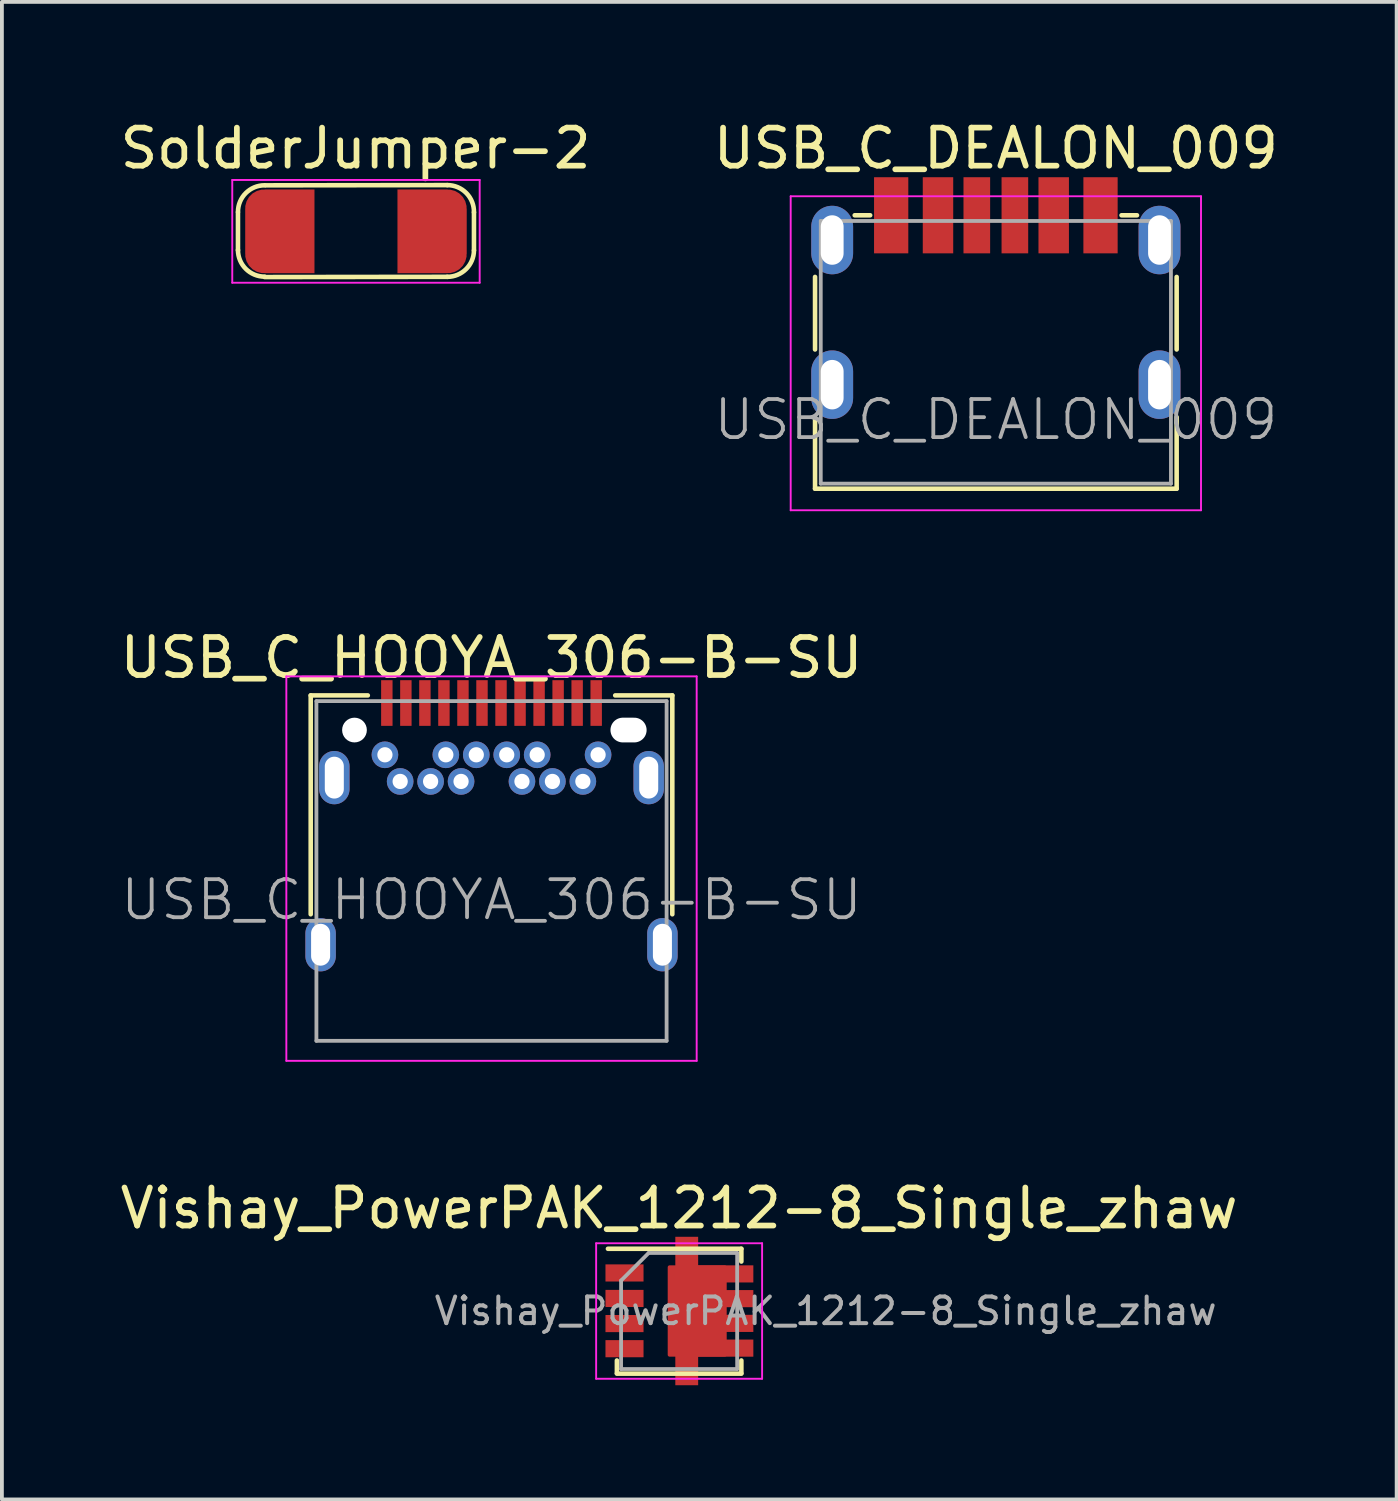
<source format=kicad_pcb>
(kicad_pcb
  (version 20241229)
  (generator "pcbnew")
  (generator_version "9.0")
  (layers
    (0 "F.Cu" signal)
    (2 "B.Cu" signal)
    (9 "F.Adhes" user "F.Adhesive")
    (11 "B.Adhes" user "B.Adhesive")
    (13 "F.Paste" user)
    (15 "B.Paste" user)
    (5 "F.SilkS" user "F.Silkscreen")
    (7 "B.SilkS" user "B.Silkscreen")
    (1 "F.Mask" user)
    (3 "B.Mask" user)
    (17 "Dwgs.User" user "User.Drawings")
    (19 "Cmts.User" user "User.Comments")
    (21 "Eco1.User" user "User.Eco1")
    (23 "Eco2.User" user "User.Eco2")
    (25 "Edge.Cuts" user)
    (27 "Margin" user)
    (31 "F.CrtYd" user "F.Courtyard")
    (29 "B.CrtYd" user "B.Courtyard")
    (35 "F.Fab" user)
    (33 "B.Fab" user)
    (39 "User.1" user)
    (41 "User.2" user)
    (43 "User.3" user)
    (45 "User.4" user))
  (footprint "USB_C_DEALON_009"
    (layer "F.Cu")
    (at 23.113 2.956)
    (property "Reference" "USB_C_DEALON_009" (at 0 -2.108 0) (layer "F.SilkS") (effects (font (size 1 1) (thickness 0.15))))
    (attr smd)
    (fp_line (start -4.75 1.27) (end -4.75 3.175) (stroke (width 0.12) (type solid)) (layer "F.SilkS"))
    (fp_line (start -4.75 4.953) (end -4.75 6.833) (stroke (width 0.12) (type solid)) (layer "F.SilkS"))
    (fp_line (start -4.75 6.833) (end 4.75 6.833) (stroke (width 0.12) (type solid)) (layer "F.SilkS"))
    (fp_line (start -3.708 -0.35) (end -3.302 -0.35) (stroke (width 0.12) (type solid)) (layer "F.SilkS"))
    (fp_line (start 3.302 -0.35) (end 3.708 -0.35) (stroke (width 0.12) (type solid)) (layer "F.SilkS"))
    (fp_line (start 4.75 4.953) (end 4.75 6.833) (stroke (width 0.12) (type solid)) (layer "F.SilkS"))
    (fp_line (start 4.75 1.27) (end 4.75 3.175) (stroke (width 0.12) (type solid)) (layer "F.SilkS"))
    (fp_line (start -5.39 -0.85) (end 5.39 -0.85) (stroke (width 0.05) (type solid)) (layer "F.CrtYd"))
    (fp_line (start -5.39 7.4) (end -5.39 -0.85) (stroke (width 0.05) (type solid)) (layer "F.CrtYd"))
    (fp_line (start 5.39 -0.85) (end 5.39 7.4) (stroke (width 0.05) (type solid)) (layer "F.CrtYd"))
    (fp_line (start 5.39 7.4) (end -5.39 7.4) (stroke (width 0.05) (type solid)) (layer "F.CrtYd"))
    (fp_line (start -4.6 -0.2) (end 4.6 -0.2) (stroke (width 0.1) (type solid)) (layer "F.Fab"))
    (fp_line (start -4.6 6.7) (end -4.6 -0.2) (stroke (width 0.1) (type solid)) (layer "F.Fab"))
    (fp_line (start -4.6 6.7) (end 4.6 6.7) (stroke (width 0.1) (type solid)) (layer "F.Fab"))
    (fp_line (start 4.6 6.7) (end 4.6 -0.2) (stroke (width 0.1) (type solid)) (layer "F.Fab"))
    (fp_text user "${REFERENCE}" (at 0 5.02 0) (layer "F.Fab") (effects (font (size 1 1) (thickness 0.1))))
    (pad "A5" smd rect (at -0.5 0) (size 0.7 2) (drill (offset 0 -0.35)) (layers "F.Cu" "F.Mask" "F.Paste"))
    (pad "A9" smd rect (at 1.52 0) (size 0.8 2) (drill (offset 0 -0.35)) (layers "F.Cu" "F.Mask" "F.Paste"))
    (pad "A12" smd rect (at 2.75 0) (size 0.9 2) (drill (offset 0 -0.35)) (layers "F.Cu" "F.Mask" "F.Paste"))
    (pad "B5" smd rect (at 0.5 0) (size 0.7 2) (drill (offset 0 -0.35)) (layers "F.Cu" "F.Mask" "F.Paste"))
    (pad "B9" smd rect (at -1.52 0) (size 0.8 2) (drill (offset 0 -0.35)) (layers "F.Cu" "F.Mask" "F.Paste"))
    (pad "B12" smd rect (at -2.75 0) (size 0.9 2) (drill (offset 0 -0.35)) (layers "F.Cu" "F.Mask" "F.Paste"))
    (pad "S1" thru_hole oval (at -4.3 0.3) (size 1.1 1.8) (drill oval 0.6 1.3) (property pad_prop_heatsink) (layers "*.Cu" "*.Mask"))
    (pad "S1" thru_hole oval (at -4.3 4.1) (size 1.1 1.8) (drill oval 0.6 1.3) (property pad_prop_heatsink) (layers "*.Cu" "*.Mask"))
    (pad "S1" thru_hole oval (at 4.3 0.3) (size 1.1 1.8) (drill oval 0.6 1.3) (property pad_prop_heatsink) (layers "*.Cu" "*.Mask"))
    (pad "S1" thru_hole oval (at 4.3 4.1) (size 1.1 1.8) (drill oval 0.6 1.3) (property pad_prop_heatsink) (layers "*.Cu" "*.Mask")))
  (footprint "Vishay_PowerPAK_1212-8_Single_zhaw"
    (layer "F.Cu")
    (at 14.792 31.393)
    (property "Reference" "Vishay_PowerPAK_1212-8_Single_zhaw" (at 0 -2.7 0) (layer "F.SilkS") (effects (font (size 1 1) (thickness 0.15))))
    (attr smd)
    (fp_poly (pts (xy -0.25 1.15) (xy -0.25 -1.15) (xy 1.2 -1.15) (xy 1.2 1.15)) (stroke (width 0.1) (type solid)) (fill yes) (layer "F.Cu"))
    (fp_poly (pts (xy -0.25 1.15) (xy -0.25 -1.15) (xy 1.2 -1.15) (xy 1.2 1.15)) (stroke (width 0.1) (type solid)) (fill yes) (layer "F.Mask"))
    (fp_line (start -1.87 -1.635) (end 1.635 -1.635) (stroke (width 0.12) (type solid)) (layer "F.SilkS"))
    (fp_line (start -1.635 1.3) (end -1.635 1.635) (stroke (width 0.12) (type solid)) (layer "F.SilkS"))
    (fp_line (start -1.635 1.645) (end 1.635 1.645) (stroke (width 0.12) (type solid)) (layer "F.SilkS"))
    (fp_line (start 1.635 -1.635) (end 1.635 -1.3) (stroke (width 0.12) (type solid)) (layer "F.SilkS"))
    (fp_line (start 1.635 1.3) (end 1.635 1.635) (stroke (width 0.12) (type solid)) (layer "F.SilkS"))
    (fp_poly (pts (xy -0.15 -0.4) (xy -0.15 -0.9) (xy 0.25 -0.9) (xy 0.25 -0.4)) (stroke (width 0.1) (type solid)) (fill yes) (layer "F.Paste"))
    (fp_poly (pts (xy -0.15 0.9) (xy -0.15 0.4) (xy 0.25 0.4) (xy 0.25 0.9)) (stroke (width 0.1) (type solid)) (fill yes) (layer "F.Paste"))
    (fp_line (start -2.18 -1.78) (end -2.18 1.78) (stroke (width 0.05) (type solid)) (layer "F.CrtYd"))
    (fp_line (start -2.18 -1.78) (end 2.18 -1.78) (stroke (width 0.05) (type solid)) (layer "F.CrtYd"))
    (fp_line (start -2.18 1.78) (end 2.18 1.78) (stroke (width 0.05) (type solid)) (layer "F.CrtYd"))
    (fp_line (start 2.18 -1.78) (end 2.18 1.78) (stroke (width 0.05) (type solid)) (layer "F.CrtYd"))
    (fp_line (start -1.525 -0.8) (end -1.525 1.525) (stroke (width 0.1) (type solid)) (layer "F.Fab"))
    (fp_line (start -1.525 -0.8) (end -0.8 -1.525) (stroke (width 0.1) (type solid)) (layer "F.Fab"))
    (fp_line (start -1.525 1.525) (end 1.525 1.525) (stroke (width 0.1) (type solid)) (layer "F.Fab"))
    (fp_line (start -0.8 -1.525) (end 1.525 -1.525) (stroke (width 0.1) (type solid)) (layer "F.Fab"))
    (fp_line (start 1.525 -1.525) (end 1.525 1.525) (stroke (width 0.1) (type solid)) (layer "F.Fab"))
    (fp_text user "${REFERENCE}" (at 3.85 0 0) (layer "F.Fab") (effects (font (size 0.7 0.7) (thickness 0.105))))
    (pad "1" smd rect (at -1.435 -1) (size 1 0.45) (layers "F.Cu" "F.Mask" "F.Paste"))
    (pad "2" smd rect (at -1.435 -0.33) (size 1 0.45) (layers "F.Cu" "F.Mask" "F.Paste"))
    (pad "3" smd rect (at -1.435 0.33) (size 1 0.45) (layers "F.Cu" "F.Mask" "F.Paste"))
    (pad "4" smd rect (at -1.435 0.99) (size 1 0.45) (layers "F.Cu" "F.Mask" "F.Paste"))
    (pad "5" smd rect (at 0.2 1.55 270) (size 0.8 0.6) (layers "F.Cu" "F.Mask" "F.Paste"))
    (pad "5" smd rect (at 1.15 0.975 270) (size 0.45 1.6) (layers "F.Cu" "F.Mask" "F.Paste"))
    (pad "6" smd rect (at 1.15 0.325 270) (size 0.45 1.6) (layers "F.Cu" "F.Mask" "F.Paste"))
    (pad "7" smd rect (at 1.15 -0.325 270) (size 0.45 1.6) (layers "F.Cu" "F.Mask" "F.Paste"))
    (pad "8" smd rect (at 0.2 -1.55 270) (size 0.8 0.6) (layers "F.Cu" "F.Mask" "F.Paste"))
    (pad "8" smd rect (at 1.15 -0.975 270) (size 0.45 1.6) (layers "F.Cu" "F.Mask" "F.Paste")))
  (footprint "SolderJumper-2"
    (layer "F.Cu")
    (at 6.302 3.028)
    (property "Reference" "SolderJumper-2" (at -0.01 -2.18 0) (layer "F.SilkS") (effects (font (size 1 1) (thickness 0.15))))
    (attr exclude_from_pos_files exclude_from_bom allow_soldermask_bridges)
    (fp_rect (start -1.09 -1.1) (end 1.09 1.1) (stroke (width 0) (type default)) (fill yes) (layer "F.Mask"))
    (fp_line (start -3.1 0.5) (end -3.1 -0.5) (stroke (width 0.12) (type solid)) (layer "F.SilkS"))
    (fp_line (start -2.37 -1.209) (end 2.4 -1.215) (stroke (width 0.12) (type solid)) (layer "F.SilkS"))
    (fp_line (start 2.4 1.195) (end -2.4 1.201) (stroke (width 0.12) (type solid)) (layer "F.SilkS"))
    (fp_line (start 3.1 -0.5) (end 3.1 0.5) (stroke (width 0.12) (type solid)) (layer "F.SilkS"))
    (fp_arc (start -3.1 -0.51) (mid -2.894975 -1.004975) (end -2.4 -1.21) (stroke (width 0.12) (type solid)) (layer "F.SilkS"))
    (fp_arc (start -2.4 1.19) (mid -2.894975 0.984975) (end -3.1 0.49) (stroke (width 0.12) (type solid)) (layer "F.SilkS"))
    (fp_arc (start 2.4 -1.215025) (mid 2.900282 -1.004637) (end 3.1 -0.5) (stroke (width 0.12) (type solid)) (layer "F.SilkS"))
    (fp_arc (start 3.1 0.5) (mid 2.893209 0.991739) (end 2.4 1.194994) (stroke (width 0.12) (type solid)) (layer "F.SilkS"))
    (fp_line (start -3.25 -1.35) (end -3.25 1.35) (stroke (width 0.05) (type solid)) (layer "F.CrtYd"))
    (fp_line (start -3.25 -1.35) (end 3.25 -1.35) (stroke (width 0.05) (type solid)) (layer "F.CrtYd"))
    (fp_line (start 3.25 1.35) (end -3.25 1.35) (stroke (width 0.05) (type solid)) (layer "F.CrtYd"))
    (fp_line (start 3.25 1.35) (end 3.25 -1.35) (stroke (width 0.05) (type solid)) (layer "F.CrtYd"))
    (pad "1" smd custom (at -2 0) (size 1.82 1.2) (layers "F.Cu" "F.Mask") (options (anchor rect)) (primitives (gr_circle (center -0.412 0.6) (end -0.412 1.1) (width 0) (fill yes)) (gr_circle (center -0.412 -0.6) (end -0.412 -1.1) (width 0) (fill yes)) (gr_poly (pts (xy 0.91 1.1) (xy -0.4 1.1) (xy -0.4 -1.1) (xy 0.91 -1.1)) (width 0) (fill yes))))
    (pad "2" smd custom (at 2 0) (size 1.82 1.2) (layers "F.Cu" "F.Mask") (options (anchor rect)) (primitives (gr_circle (center 0.41 -0.6) (end 0.91 -0.6) (width 0) (fill yes)) (gr_circle (center 0.41 0.6) (end 0.91 0.6) (width 0) (fill yes)) (gr_poly (pts (xy 0.41 1.1) (xy -0.91 1.1) (xy -0.91 -1.1) (xy 0.41 -1.1)) (width 0) (fill yes)))))
  (footprint "USB_C_HOOYA_306-B-SU"
    (layer "F.Cu")
    (at 9.863 15.57)
    (property "Reference" "USB_C_HOOYA_306-B-SU" (at 0 -1.34 0) (layer "F.SilkS") (effects (font (size 1 1) (thickness 0.15))))
    (attr smd)
    (fp_line (start -4.75 -0.35) (end -4.75 5.4) (stroke (width 0.12) (type solid)) (layer "F.SilkS"))
    (fp_line (start -4.75 -0.35) (end -3.25 -0.35) (stroke (width 0.12) (type solid)) (layer "F.SilkS"))
    (fp_line (start 3.25 -0.35) (end 4.75 -0.35) (stroke (width 0.12) (type solid)) (layer "F.SilkS"))
    (fp_line (start 4.75 -0.35) (end 4.75 5.4) (stroke (width 0.12) (type solid)) (layer "F.SilkS"))
    (fp_line (start -5.39 -0.85) (end 5.39 -0.85) (stroke (width 0.05) (type solid)) (layer "F.CrtYd"))
    (fp_line (start -5.39 9.25) (end -5.39 -0.85) (stroke (width 0.05) (type solid)) (layer "F.CrtYd"))
    (fp_line (start 5.39 -0.85) (end 5.39 9.25) (stroke (width 0.05) (type solid)) (layer "F.CrtYd"))
    (fp_line (start 5.39 9.25) (end -5.39 9.25) (stroke (width 0.05) (type solid)) (layer "F.CrtYd"))
    (fp_line (start -4.6 -0.2) (end 4.6 -0.2) (stroke (width 0.1) (type solid)) (layer "F.Fab"))
    (fp_line (start -4.6 8.725) (end -4.6 -0.2) (stroke (width 0.1) (type solid)) (layer "F.Fab"))
    (fp_line (start -4.6 8.725) (end 4.6 8.725) (stroke (width 0.1) (type solid)) (layer "F.Fab"))
    (fp_line (start 4.6 8.725) (end 4.6 -0.2) (stroke (width 0.1) (type solid)) (layer "F.Fab"))
    (fp_text user "${REFERENCE}" (at 0 5.02 0) (layer "F.Fab") (effects (font (size 1 1) (thickness 0.1))))
    (pad "" np_thru_hole circle (at -3.6 0.56) (size 0.65 0.65) (drill 0.65) (layers "*.Cu" "*.Mask"))
    (pad "" np_thru_hole oval (at 3.6 0.56) (size 0.95 0.65) (drill oval 0.95 0.65) (layers "*.Cu" "*.Mask"))
    (pad "A1" smd rect (at -2.75 -0.15) (size 0.3 1.2) (layers "F.Cu" "F.Mask" "F.Paste"))
    (pad "A2" smd rect (at -2.25 -0.15) (size 0.3 1.2) (layers "F.Cu" "F.Mask" "F.Paste"))
    (pad "A3" smd rect (at -1.75 -0.15) (size 0.3 1.2) (layers "F.Cu" "F.Mask" "F.Paste"))
    (pad "A4" smd rect (at -1.25 -0.15) (size 0.3 1.2) (layers "F.Cu" "F.Mask" "F.Paste"))
    (pad "A5" smd rect (at -0.75 -0.15) (size 0.3 1.2) (layers "F.Cu" "F.Mask" "F.Paste"))
    (pad "A6" smd rect (at -0.25 -0.15) (size 0.3 1.2) (layers "F.Cu" "F.Mask" "F.Paste"))
    (pad "A7" smd rect (at 0.25 -0.15) (size 0.3 1.2) (layers "F.Cu" "F.Mask" "F.Paste"))
    (pad "A8" smd rect (at 0.75 -0.15) (size 0.3 1.2) (layers "F.Cu" "F.Mask" "F.Paste"))
    (pad "A9" smd rect (at 1.25 -0.15) (size 0.3 1.2) (layers "F.Cu" "F.Mask" "F.Paste"))
    (pad "A10" smd rect (at 1.75 -0.15) (size 0.3 1.2) (layers "F.Cu" "F.Mask" "F.Paste"))
    (pad "A11" smd rect (at 2.25 -0.15) (size 0.3 1.2) (layers "F.Cu" "F.Mask" "F.Paste"))
    (pad "A12" smd rect (at 2.75 -0.15) (size 0.3 1.2) (layers "F.Cu" "F.Mask" "F.Paste"))
    (pad "B1" thru_hole circle (at 2.8 1.21) (size 0.7 0.7) (drill 0.4) (property pad_prop_heatsink) (layers "*.Cu" "*.Mask"))
    (pad "B2" thru_hole circle (at 2.4 1.91) (size 0.7 0.7) (drill 0.4) (property pad_prop_heatsink) (layers "*.Cu" "*.Mask"))
    (pad "B3" thru_hole circle (at 1.6 1.91) (size 0.7 0.7) (drill 0.4) (property pad_prop_heatsink) (layers "*.Cu" "*.Mask"))
    (pad "B4" thru_hole circle (at 1.2 1.21) (size 0.7 0.7) (drill 0.4) (property pad_prop_heatsink) (layers "*.Cu" "*.Mask"))
    (pad "B5" thru_hole circle (at 0.8 1.91) (size 0.7 0.7) (drill 0.4) (property pad_prop_heatsink) (layers "*.Cu" "*.Mask"))
    (pad "B6" thru_hole circle (at 0.4 1.21) (size 0.7 0.7) (drill 0.4) (property pad_prop_heatsink) (layers "*.Cu" "*.Mask"))
    (pad "B7" thru_hole circle (at -0.4 1.21) (size 0.7 0.7) (drill 0.4) (property pad_prop_heatsink) (layers "*.Cu" "*.Mask"))
    (pad "B8" thru_hole circle (at -0.8 1.91) (size 0.7 0.7) (drill 0.4) (property pad_prop_heatsink) (layers "*.Cu" "*.Mask"))
    (pad "B9" thru_hole circle (at -1.2 1.21) (size 0.7 0.7) (drill 0.4) (property pad_prop_heatsink) (layers "*.Cu" "*.Mask"))
    (pad "B10" thru_hole circle (at -1.6 1.91) (size 0.7 0.7) (drill 0.4) (property pad_prop_heatsink) (layers "*.Cu" "*.Mask"))
    (pad "B11" thru_hole circle (at -2.4 1.91) (size 0.7 0.7) (drill 0.4) (property pad_prop_heatsink) (layers "*.Cu" "*.Mask"))
    (pad "B12" thru_hole circle (at -2.8 1.21) (size 0.7 0.7) (drill 0.4) (property pad_prop_heatsink) (layers "*.Cu" "*.Mask"))
    (pad "S1" thru_hole oval (at -4.49 6.2) (size 0.8 1.4) (drill oval 0.5 1.1) (property pad_prop_heatsink) (layers "*.Cu" "*.Mask"))
    (pad "S1" thru_hole oval (at -4.13 1.81) (size 0.8 1.4) (drill oval 0.5 1.1) (property pad_prop_heatsink) (layers "*.Cu" "*.Mask"))
    (pad "S1" thru_hole oval (at 4.13 1.81) (size 0.8 1.4) (drill oval 0.5 1.1) (property pad_prop_heatsink) (layers "*.Cu" "*.Mask"))
    (pad "S1" thru_hole oval (at 4.49 6.2) (size 0.8 1.4) (drill oval 0.5 1.1) (property pad_prop_heatsink) (layers "*.Cu" "*.Mask")))
  (gr_rect
    (start -3 -3)
    (end 33.643 36.343)
    (stroke (width 0.1) (type default))
    (fill no)
    (layer "Edge.Cuts")))
</source>
